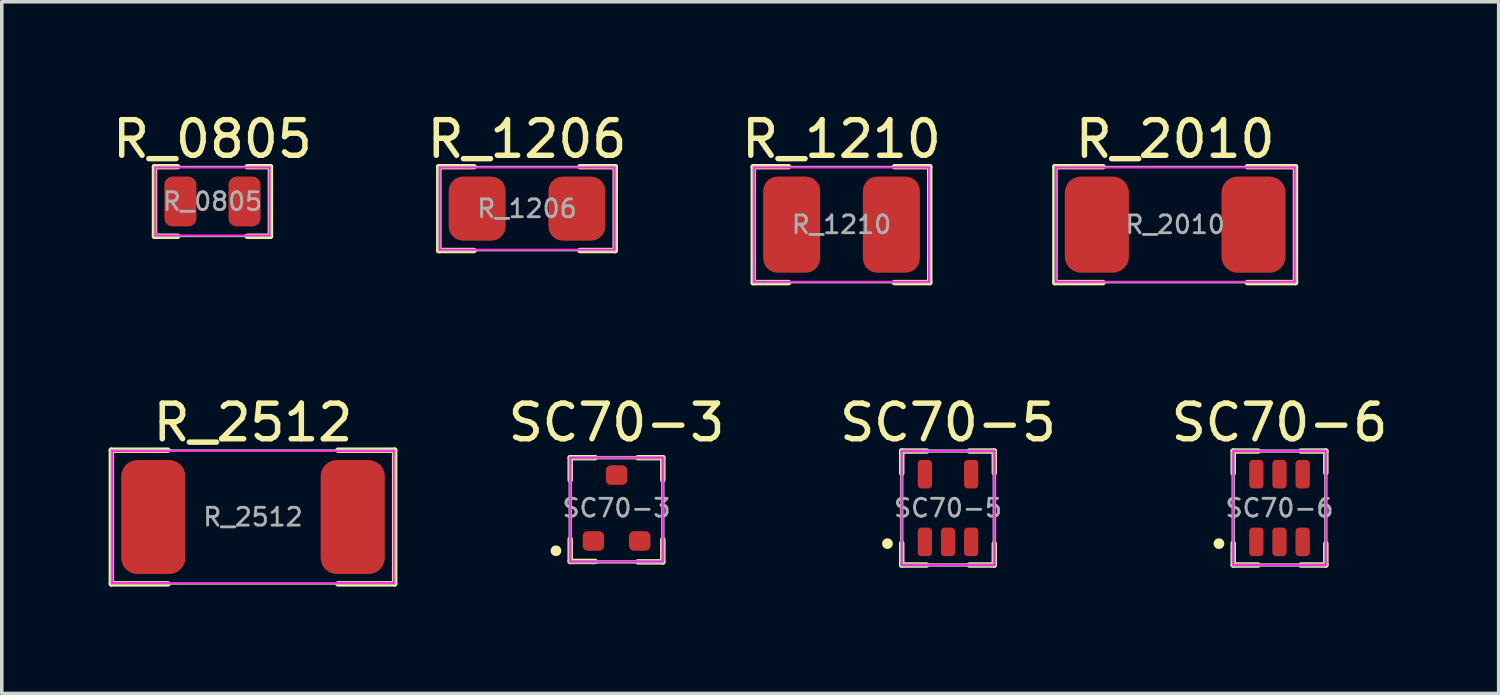
<source format=kicad_pcb>
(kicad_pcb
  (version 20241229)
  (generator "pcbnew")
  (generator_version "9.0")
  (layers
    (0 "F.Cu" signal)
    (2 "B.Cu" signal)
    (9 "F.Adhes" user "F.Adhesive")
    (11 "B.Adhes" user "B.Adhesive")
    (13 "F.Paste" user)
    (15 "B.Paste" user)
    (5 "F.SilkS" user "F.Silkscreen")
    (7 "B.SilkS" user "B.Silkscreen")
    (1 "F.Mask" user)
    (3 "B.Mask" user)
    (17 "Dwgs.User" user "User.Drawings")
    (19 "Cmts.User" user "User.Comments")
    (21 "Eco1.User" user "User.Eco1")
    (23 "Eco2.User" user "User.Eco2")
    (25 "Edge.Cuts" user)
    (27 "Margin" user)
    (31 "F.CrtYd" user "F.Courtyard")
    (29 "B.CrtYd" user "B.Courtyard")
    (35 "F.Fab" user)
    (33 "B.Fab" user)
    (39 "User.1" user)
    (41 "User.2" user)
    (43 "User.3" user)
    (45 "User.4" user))
  (footprint "R_2512"
    (layer "F.Cu")
    (at 4.053 11.466)
    (property "Reference" "R_2512" (at 0 -2.653 0) (layer "F.SilkS") (effects (font (size 1 1) (thickness 0.153))))
    (attr smd)
    (fp_line (start -3.977 -1.877) (end -3.977 1.877) (stroke (width 0.153) (type default)) (layer "F.SilkS"))
    (fp_line (start -3.977 -1.877) (end -2.386 -1.877) (stroke (width 0.153) (type default)) (layer "F.SilkS"))
    (fp_line (start -3.977 1.877) (end -2.386 1.877) (stroke (width 0.153) (type default)) (layer "F.SilkS"))
    (fp_line (start 3.977 -1.877) (end 2.386 -1.877) (stroke (width 0.153) (type default)) (layer "F.SilkS"))
    (fp_line (start 3.977 -1.877) (end 3.977 1.877) (stroke (width 0.153) (type default)) (layer "F.SilkS"))
    (fp_line (start 3.977 1.877) (end 2.386 1.877) (stroke (width 0.153) (type default)) (layer "F.SilkS"))
    (fp_line (start -3.95 -1.85) (end 3.95 -1.85) (stroke (width 0.05) (type default)) (layer "F.CrtYd"))
    (fp_line (start -3.95 1.85) (end -3.95 -1.85) (stroke (width 0.05) (type default)) (layer "F.CrtYd"))
    (fp_line (start 3.95 -1.85) (end 3.95 1.85) (stroke (width 0.05) (type default)) (layer "F.CrtYd"))
    (fp_line (start 3.95 1.85) (end -3.95 1.85) (stroke (width 0.05) (type default)) (layer "F.CrtYd"))
    (fp_line (start -3.977 -1.877) (end 3.977 -1.877) (stroke (width 0.05) (type default)) (layer "F.Fab"))
    (fp_line (start -3.977 1.877) (end -3.977 -1.877) (stroke (width 0.05) (type default)) (layer "F.Fab"))
    (fp_line (start 3.977 -1.877) (end 3.977 1.877) (stroke (width 0.05) (type default)) (layer "F.Fab"))
    (fp_line (start 3.977 1.877) (end -3.977 1.877) (stroke (width 0.05) (type default)) (layer "F.Fab"))
    (fp_text user "${REFERENCE}" (at 0 0 0) (layer "F.Fab") (effects (font (size 0.5 0.5) (thickness 0.08))))
    (pad "1" smd roundrect (at -2.8 0) (size 1.8 3.2) (layers "F.Cu" "F.Mask" "F.Paste") (roundrect_rratio 0.25))
    (pad "2" smd roundrect (at 2.8 0) (size 1.8 3.2) (layers "F.Cu" "F.Mask" "F.Paste") (roundrect_rratio 0.25)))
  (footprint "SC70-6"
    (layer "F.Cu")
    (at 32.873 11.213)
    (property "Reference" "SC70-6" (at 0 -2.4 0) (layer "F.SilkS") (effects (font (size 1 1) (thickness 0.153))))
    (attr smd)
    (fp_line (start -1.3 -0.975) (end -1.3 -1.6) (stroke (width 0.153) (type default)) (layer "F.SilkS"))
    (fp_line (start -1.3 0.988) (end -1.3 1.6) (stroke (width 0.153) (type default)) (layer "F.SilkS"))
    (fp_line (start -1.3 1.6) (end -0.6 1.6) (stroke (width 0.153) (type default)) (layer "F.SilkS"))
    (fp_line (start -0.6 -1.6) (end -1.3 -1.6) (stroke (width 0.153) (type default)) (layer "F.SilkS"))
    (fp_line (start 1.3 -1.6) (end 0.6 -1.6) (stroke (width 0.153) (type default)) (layer "F.SilkS"))
    (fp_line (start 1.3 -0.988) (end 1.3 -1.6) (stroke (width 0.153) (type default)) (layer "F.SilkS"))
    (fp_line (start 1.3 1) (end 1.3 1.6) (stroke (width 0.153) (type default)) (layer "F.SilkS"))
    (fp_line (start 1.3 1.6) (end 0.6 1.6) (stroke (width 0.153) (type default)) (layer "F.SilkS"))
    (fp_circle (center -1.7 1) (end -1.6 1) (stroke (width 0.1) (type solid)) (fill yes) (layer "F.SilkS"))
    (fp_rect (start -1.3 -1.6) (end 1.3 1.6) (stroke (width 0.05) (type default)) (fill no) (layer "F.CrtYd"))
    (fp_rect (start -1.3 -1.6) (end 1.3 1.6) (stroke (width 0.1) (type default)) (fill no) (layer "F.Fab"))
    (fp_text user "${REFERENCE}" (at 0 0 0) (layer "F.Fab") (effects (font (size 0.5 0.5) (thickness 0.08))))
    (pad "1" smd roundrect (at -0.65 0.95 180) (size 0.4 0.8) (layers "F.Cu" "F.Mask" "F.Paste") (roundrect_rratio 0.25))
    (pad "2" smd roundrect (at 0 0.95 180) (size 0.4 0.8) (layers "F.Cu" "F.Mask" "F.Paste") (roundrect_rratio 0.25))
    (pad "3" smd roundrect (at 0.65 0.95 180) (size 0.4 0.8) (layers "F.Cu" "F.Mask" "F.Paste") (roundrect_rratio 0.25))
    (pad "4" smd roundrect (at 0.65 -0.95 180) (size 0.4 0.8) (layers "F.Cu" "F.Mask" "F.Paste") (roundrect_rratio 0.25))
    (pad "5" smd roundrect (at 0 -0.95 180) (size 0.4 0.8) (layers "F.Cu" "F.Mask" "F.Paste") (roundrect_rratio 0.25))
    (pad "6" smd roundrect (at -0.65 -0.95 180) (size 0.4 0.8) (layers "F.Cu" "F.Mask" "F.Paste") (roundrect_rratio 0.25)))
  (footprint "R_1210"
    (layer "F.Cu")
    (at 20.576 3.257)
    (property "Reference" "R_1210" (at 0 -2.403 0) (layer "F.SilkS") (effects (font (size 1 1) (thickness 0.153))))
    (attr smd)
    (fp_line (start -2.477 -1.627) (end -2.477 1.627) (stroke (width 0.153) (type default)) (layer "F.SilkS"))
    (fp_line (start -2.477 -1.627) (end -1.486 -1.627) (stroke (width 0.153) (type default)) (layer "F.SilkS"))
    (fp_line (start -2.477 1.627) (end -1.486 1.627) (stroke (width 0.153) (type default)) (layer "F.SilkS"))
    (fp_line (start 2.477 -1.627) (end 1.486 -1.627) (stroke (width 0.153) (type default)) (layer "F.SilkS"))
    (fp_line (start 2.477 -1.627) (end 2.477 1.627) (stroke (width 0.153) (type default)) (layer "F.SilkS"))
    (fp_line (start 2.477 1.627) (end 1.486 1.627) (stroke (width 0.153) (type default)) (layer "F.SilkS"))
    (fp_line (start -2.45 -1.6) (end 2.45 -1.6) (stroke (width 0.05) (type default)) (layer "F.CrtYd"))
    (fp_line (start -2.45 1.6) (end -2.45 -1.6) (stroke (width 0.05) (type default)) (layer "F.CrtYd"))
    (fp_line (start 2.45 -1.6) (end 2.45 1.6) (stroke (width 0.05) (type default)) (layer "F.CrtYd"))
    (fp_line (start 2.45 1.6) (end -2.45 1.6) (stroke (width 0.05) (type default)) (layer "F.CrtYd"))
    (fp_line (start -2.477 -1.627) (end 2.477 -1.627) (stroke (width 0.05) (type default)) (layer "F.Fab"))
    (fp_line (start -2.477 1.627) (end -2.477 -1.627) (stroke (width 0.05) (type default)) (layer "F.Fab"))
    (fp_line (start 2.477 -1.627) (end 2.477 1.627) (stroke (width 0.05) (type default)) (layer "F.Fab"))
    (fp_line (start 2.477 1.627) (end -2.477 1.627) (stroke (width 0.05) (type default)) (layer "F.Fab"))
    (fp_text user "${REFERENCE}" (at 0 0 0) (layer "F.Fab") (effects (font (size 0.5 0.5) (thickness 0.08))))
    (pad "1" smd roundrect (at -1.4 0) (size 1.6 2.7) (layers "F.Cu" "F.Mask" "F.Paste") (roundrect_rratio 0.25))
    (pad "2" smd roundrect (at 1.4 0) (size 1.6 2.7) (layers "F.Cu" "F.Mask" "F.Paste") (roundrect_rratio 0.25)))
  (footprint "R_2010"
    (layer "F.Cu")
    (at 29.944 3.257)
    (property "Reference" "R_2010" (at 0 -2.403 0) (layer "F.SilkS") (effects (font (size 1 1) (thickness 0.153))))
    (attr smd)
    (fp_line (start -3.377 -1.627) (end -3.377 1.627) (stroke (width 0.153) (type default)) (layer "F.SilkS"))
    (fp_line (start -3.377 -1.627) (end -2.026 -1.627) (stroke (width 0.153) (type default)) (layer "F.SilkS"))
    (fp_line (start -3.377 1.627) (end -2.026 1.627) (stroke (width 0.153) (type default)) (layer "F.SilkS"))
    (fp_line (start 3.377 -1.627) (end 2.026 -1.627) (stroke (width 0.153) (type default)) (layer "F.SilkS"))
    (fp_line (start 3.377 -1.627) (end 3.377 1.627) (stroke (width 0.153) (type default)) (layer "F.SilkS"))
    (fp_line (start 3.377 1.627) (end 2.026 1.627) (stroke (width 0.153) (type default)) (layer "F.SilkS"))
    (fp_line (start -3.35 -1.6) (end 3.35 -1.6) (stroke (width 0.05) (type default)) (layer "F.CrtYd"))
    (fp_line (start -3.35 1.6) (end -3.35 -1.6) (stroke (width 0.05) (type default)) (layer "F.CrtYd"))
    (fp_line (start 3.35 -1.6) (end 3.35 1.6) (stroke (width 0.05) (type default)) (layer "F.CrtYd"))
    (fp_line (start 3.35 1.6) (end -3.35 1.6) (stroke (width 0.05) (type default)) (layer "F.CrtYd"))
    (fp_line (start -3.377 -1.627) (end 3.377 -1.627) (stroke (width 0.05) (type default)) (layer "F.Fab"))
    (fp_line (start -3.377 1.627) (end -3.377 -1.627) (stroke (width 0.05) (type default)) (layer "F.Fab"))
    (fp_line (start 3.377 -1.627) (end 3.377 1.627) (stroke (width 0.05) (type default)) (layer "F.Fab"))
    (fp_line (start 3.377 1.627) (end -3.377 1.627) (stroke (width 0.05) (type default)) (layer "F.Fab"))
    (fp_text user "${REFERENCE}" (at 0 0 0) (layer "F.Fab") (effects (font (size 0.5 0.5) (thickness 0.08))))
    (pad "1" smd roundrect (at -2.2 0) (size 1.8 2.7) (layers "F.Cu" "F.Mask" "F.Paste") (roundrect_rratio 0.25))
    (pad "2" smd roundrect (at 2.2 0) (size 1.8 2.7) (layers "F.Cu" "F.Mask" "F.Paste") (roundrect_rratio 0.25)))
  (footprint "R_0805"
    (layer "F.Cu")
    (at 2.915 2.607)
    (property "Reference" "R_0805" (at 0 -1.753 0) (layer "F.SilkS") (effects (font (size 1 1) (thickness 0.153))))
    (attr smd)
    (fp_line (start -1.627 -0.977) (end -1.627 0.977) (stroke (width 0.153) (type default)) (layer "F.SilkS"))
    (fp_line (start -1.627 -0.977) (end -0.976 -0.977) (stroke (width 0.153) (type default)) (layer "F.SilkS"))
    (fp_line (start -1.627 0.977) (end -0.976 0.977) (stroke (width 0.153) (type default)) (layer "F.SilkS"))
    (fp_line (start 1.627 -0.977) (end 0.976 -0.977) (stroke (width 0.153) (type default)) (layer "F.SilkS"))
    (fp_line (start 1.627 -0.977) (end 1.627 0.977) (stroke (width 0.153) (type default)) (layer "F.SilkS"))
    (fp_line (start 1.627 0.977) (end 0.976 0.977) (stroke (width 0.153) (type default)) (layer "F.SilkS"))
    (fp_line (start -1.6 -0.95) (end 1.6 -0.95) (stroke (width 0.05) (type default)) (layer "F.CrtYd"))
    (fp_line (start -1.6 0.95) (end -1.6 -0.95) (stroke (width 0.05) (type default)) (layer "F.CrtYd"))
    (fp_line (start 1.6 -0.95) (end 1.6 0.95) (stroke (width 0.05) (type default)) (layer "F.CrtYd"))
    (fp_line (start 1.6 0.95) (end -1.6 0.95) (stroke (width 0.05) (type default)) (layer "F.CrtYd"))
    (fp_line (start -1.627 -0.977) (end 1.627 -0.977) (stroke (width 0.05) (type default)) (layer "F.Fab"))
    (fp_line (start -1.627 0.977) (end -1.627 -0.977) (stroke (width 0.05) (type default)) (layer "F.Fab"))
    (fp_line (start 1.627 -0.977) (end 1.627 0.977) (stroke (width 0.05) (type default)) (layer "F.Fab"))
    (fp_line (start 1.627 0.977) (end -1.627 0.977) (stroke (width 0.05) (type default)) (layer "F.Fab"))
    (fp_text user "${REFERENCE}" (at 0 0 0) (layer "F.Fab") (effects (font (size 0.5 0.5) (thickness 0.08))))
    (pad "1" smd roundrect (at -0.9 0) (size 0.9 1.4) (layers "F.Cu" "F.Mask" "F.Paste") (roundrect_rratio 0.25))
    (pad "2" smd roundrect (at 0.9 0) (size 0.9 1.4) (layers "F.Cu" "F.Mask" "F.Paste") (roundrect_rratio 0.25)))
  (footprint "R_1206"
    (layer "F.Cu")
    (at 11.746 2.807)
    (property "Reference" "R_1206" (at 0 -1.953 0) (layer "F.SilkS") (effects (font (size 1 1) (thickness 0.153))))
    (attr smd)
    (fp_line (start -2.477 -1.177) (end -2.477 1.177) (stroke (width 0.153) (type default)) (layer "F.SilkS"))
    (fp_line (start -2.477 -1.177) (end -1.486 -1.177) (stroke (width 0.153) (type default)) (layer "F.SilkS"))
    (fp_line (start -2.477 1.177) (end -1.486 1.177) (stroke (width 0.153) (type default)) (layer "F.SilkS"))
    (fp_line (start 2.477 -1.177) (end 1.486 -1.177) (stroke (width 0.153) (type default)) (layer "F.SilkS"))
    (fp_line (start 2.477 -1.177) (end 2.477 1.177) (stroke (width 0.153) (type default)) (layer "F.SilkS"))
    (fp_line (start 2.477 1.177) (end 1.486 1.177) (stroke (width 0.153) (type default)) (layer "F.SilkS"))
    (fp_line (start -2.45 -1.15) (end 2.45 -1.15) (stroke (width 0.05) (type default)) (layer "F.CrtYd"))
    (fp_line (start -2.45 1.15) (end -2.45 -1.15) (stroke (width 0.05) (type default)) (layer "F.CrtYd"))
    (fp_line (start 2.45 -1.15) (end 2.45 1.15) (stroke (width 0.05) (type default)) (layer "F.CrtYd"))
    (fp_line (start 2.45 1.15) (end -2.45 1.15) (stroke (width 0.05) (type default)) (layer "F.CrtYd"))
    (fp_line (start -2.477 -1.177) (end 2.477 -1.177) (stroke (width 0.05) (type default)) (layer "F.Fab"))
    (fp_line (start -2.477 1.177) (end -2.477 -1.177) (stroke (width 0.05) (type default)) (layer "F.Fab"))
    (fp_line (start 2.477 -1.177) (end 2.477 1.177) (stroke (width 0.05) (type default)) (layer "F.Fab"))
    (fp_line (start 2.477 1.177) (end -2.477 1.177) (stroke (width 0.05) (type default)) (layer "F.Fab"))
    (fp_text user "${REFERENCE}" (at 0 0 0) (layer "F.Fab") (effects (font (size 0.5 0.5) (thickness 0.08))))
    (pad "1" smd roundrect (at -1.4 0) (size 1.6 1.8) (layers "F.Cu" "F.Mask" "F.Paste") (roundrect_rratio 0.25))
    (pad "2" smd roundrect (at 1.4 0) (size 1.6 1.8) (layers "F.Cu" "F.Mask" "F.Paste") (roundrect_rratio 0.25)))
  (footprint "SC70-3"
    (layer "F.Cu")
    (at 14.259 11.213)
    (property "Reference" "SC70-3" (at 0 -2.4 0) (layer "F.SilkS") (effects (font (size 1 1) (thickness 0.153))))
    (attr smd)
    (fp_line (start -1.3 -0.787) (end -1.3 -1.413) (stroke (width 0.153) (type default)) (layer "F.SilkS"))
    (fp_line (start -1.3 0.875) (end -1.3 1.5) (stroke (width 0.153) (type default)) (layer "F.SilkS"))
    (fp_line (start -1.3 1.5) (end -0.6 1.5) (stroke (width 0.153) (type default)) (layer "F.SilkS"))
    (fp_line (start -0.6 -1.413) (end -1.3 -1.413) (stroke (width 0.153) (type default)) (layer "F.SilkS"))
    (fp_line (start 1.3 -1.413) (end 0.6 -1.413) (stroke (width 0.153) (type default)) (layer "F.SilkS"))
    (fp_line (start 1.3 -0.787) (end 1.3 -1.413) (stroke (width 0.153) (type default)) (layer "F.SilkS"))
    (fp_line (start 1.3 0.887) (end 1.3 1.512) (stroke (width 0.153) (type default)) (layer "F.SilkS"))
    (fp_line (start 1.3 1.512) (end 0.6 1.512) (stroke (width 0.153) (type default)) (layer "F.SilkS"))
    (fp_circle (center -1.7 1.2) (end -1.6 1.2) (stroke (width 0.1) (type solid)) (fill yes) (layer "F.SilkS"))
    (fp_rect (start -1.3 -1.413) (end 1.3 1.5) (stroke (width 0.05) (type default)) (fill no) (layer "F.CrtYd"))
    (fp_rect (start -1.3 -1.413) (end 1.3 1.512) (stroke (width 0.1) (type default)) (fill no) (layer "F.Fab"))
    (fp_text user "${REFERENCE}" (at 0 0 0) (layer "F.Fab") (effects (font (size 0.5 0.5) (thickness 0.08))))
    (pad "1" smd roundrect (at -0.65 0.925 180) (size 0.6 0.55) (layers "F.Cu" "F.Mask" "F.Paste") (roundrect_rratio 0.25))
    (pad "2" smd roundrect (at 0.65 0.925 180) (size 0.6 0.55) (layers "F.Cu" "F.Mask" "F.Paste") (roundrect_rratio 0.25))
    (pad "3" smd roundrect (at 0 -0.925 180) (size 0.6 0.55) (layers "F.Cu" "F.Mask" "F.Paste") (roundrect_rratio 0.25)))
  (footprint "SC70-5"
    (layer "F.Cu")
    (at 23.566 11.213)
    (property "Reference" "SC70-5" (at 0 -2.4 0) (layer "F.SilkS") (effects (font (size 1 1) (thickness 0.153))))
    (attr smd)
    (fp_line (start -1.3 -0.975) (end -1.3 -1.6) (stroke (width 0.153) (type default)) (layer "F.SilkS"))
    (fp_line (start -1.3 0.988) (end -1.3 1.6) (stroke (width 0.153) (type default)) (layer "F.SilkS"))
    (fp_line (start -1.3 1.6) (end -0.6 1.6) (stroke (width 0.153) (type default)) (layer "F.SilkS"))
    (fp_line (start -0.6 -1.6) (end -1.3 -1.6) (stroke (width 0.153) (type default)) (layer "F.SilkS"))
    (fp_line (start 1.3 -1.6) (end 0.6 -1.6) (stroke (width 0.153) (type default)) (layer "F.SilkS"))
    (fp_line (start 1.3 -0.988) (end 1.3 -1.6) (stroke (width 0.153) (type default)) (layer "F.SilkS"))
    (fp_line (start 1.3 1) (end 1.3 1.6) (stroke (width 0.153) (type default)) (layer "F.SilkS"))
    (fp_line (start 1.3 1.6) (end 0.6 1.6) (stroke (width 0.153) (type default)) (layer "F.SilkS"))
    (fp_circle (center -1.7 1) (end -1.6 1) (stroke (width 0.1) (type solid)) (fill yes) (layer "F.SilkS"))
    (fp_rect (start -1.3 -1.6) (end 1.3 1.6) (stroke (width 0.05) (type default)) (fill no) (layer "F.CrtYd"))
    (fp_rect (start -1.3 -1.6) (end 1.3 1.6) (stroke (width 0.1) (type default)) (fill no) (layer "F.Fab"))
    (fp_text user "${REFERENCE}" (at 0 0 0) (layer "F.Fab") (effects (font (size 0.5 0.5) (thickness 0.08))))
    (pad "1" smd roundrect (at -0.65 0.95 180) (size 0.4 0.8) (layers "F.Cu" "F.Mask" "F.Paste") (roundrect_rratio 0.25))
    (pad "2" smd roundrect (at 0 0.95 180) (size 0.4 0.8) (layers "F.Cu" "F.Mask" "F.Paste") (roundrect_rratio 0.25))
    (pad "3" smd roundrect (at 0.65 0.95 180) (size 0.4 0.8) (layers "F.Cu" "F.Mask" "F.Paste") (roundrect_rratio 0.25))
    (pad "4" smd roundrect (at 0.65 -0.95 180) (size 0.4 0.8) (layers "F.Cu" "F.Mask" "F.Paste") (roundrect_rratio 0.25))
    (pad "5" smd roundrect (at -0.65 -0.95 180) (size 0.4 0.8) (layers "F.Cu" "F.Mask" "F.Paste") (roundrect_rratio 0.25)))
  (gr_rect
    (start -3 -3)
    (end 39.026 16.419)
    (stroke (width 0.1) (type default))
    (fill no)
    (layer "Edge.Cuts")))
</source>
